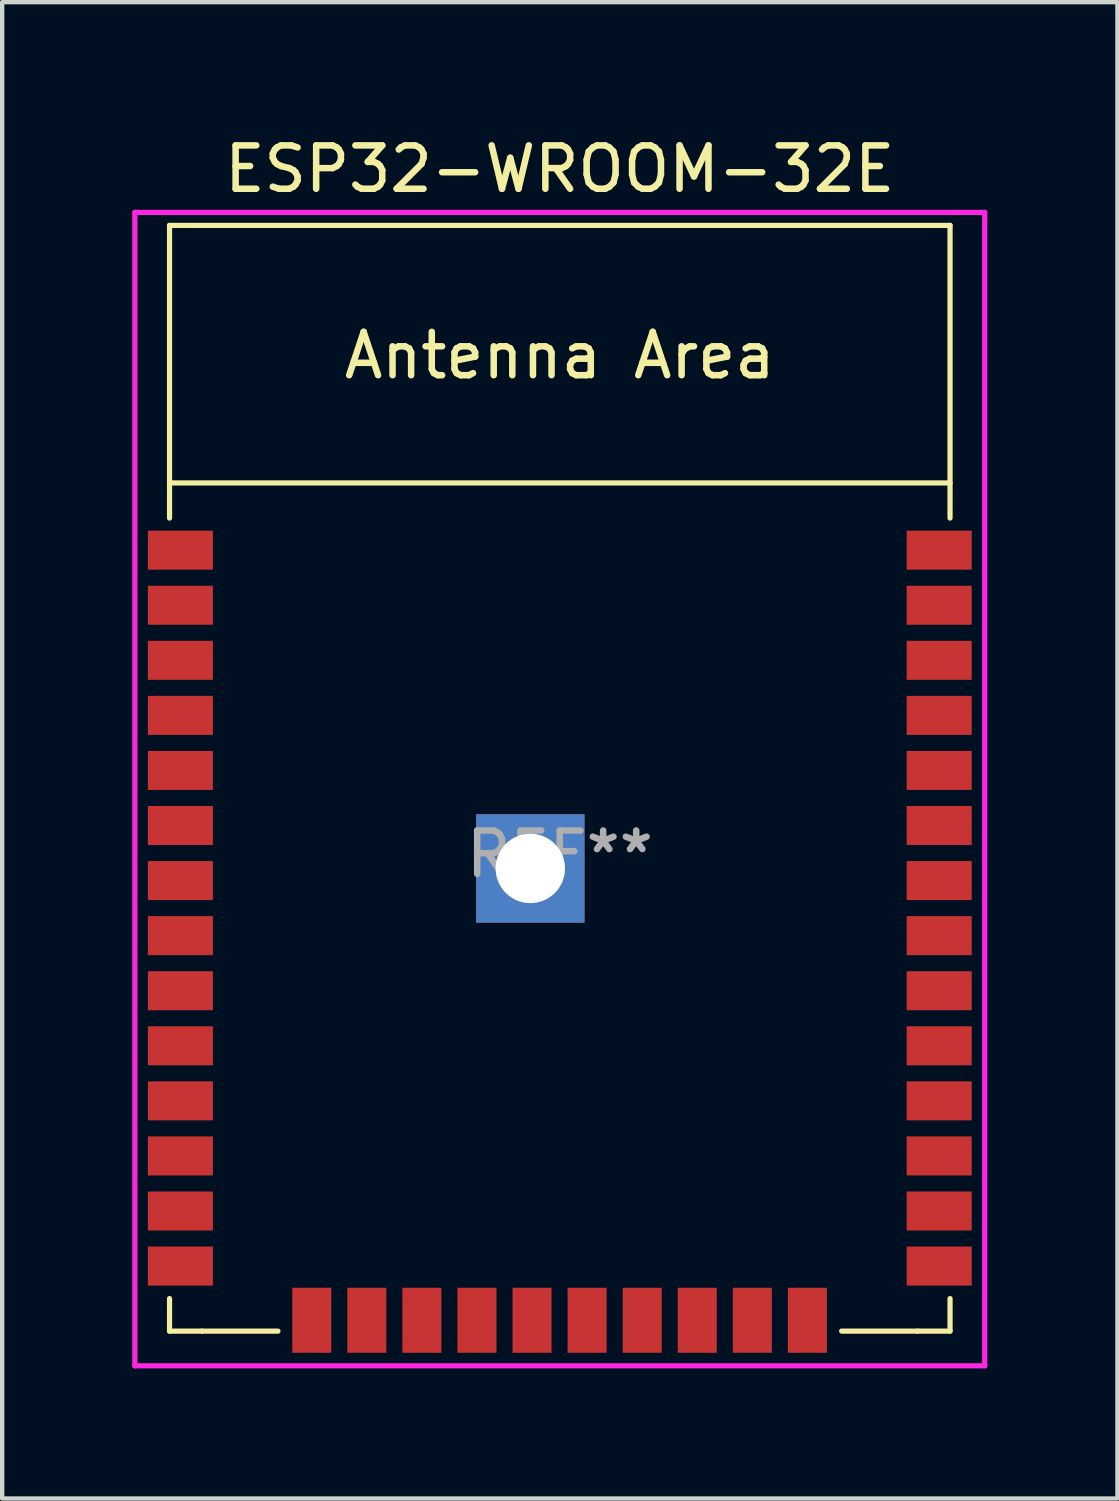
<source format=kicad_pcb>
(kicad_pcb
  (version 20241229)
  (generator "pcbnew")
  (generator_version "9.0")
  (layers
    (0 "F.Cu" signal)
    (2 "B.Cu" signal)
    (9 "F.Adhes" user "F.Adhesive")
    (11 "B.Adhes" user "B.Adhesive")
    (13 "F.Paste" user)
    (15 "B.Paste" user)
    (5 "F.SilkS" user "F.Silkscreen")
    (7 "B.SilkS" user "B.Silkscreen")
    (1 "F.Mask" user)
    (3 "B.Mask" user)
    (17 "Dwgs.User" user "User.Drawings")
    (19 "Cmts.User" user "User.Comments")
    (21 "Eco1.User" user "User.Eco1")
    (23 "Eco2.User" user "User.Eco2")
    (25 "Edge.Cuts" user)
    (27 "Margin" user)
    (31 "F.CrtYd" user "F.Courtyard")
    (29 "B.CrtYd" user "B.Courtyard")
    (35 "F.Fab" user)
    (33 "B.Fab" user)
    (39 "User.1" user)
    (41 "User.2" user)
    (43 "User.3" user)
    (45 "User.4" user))
  (footprint "ESP32-WROOM-32E"
    (layer "F.Cu")
    (at 9.86 16.648)
    (property "Reference" "ESP32-WROOM-32E" (at 0 -15.8 0) (layer "F.SilkS") (effects (font (size 1 1) (thickness 0.15))))
    (attr smd)
    (fp_line (start -9 -14.5) (end -9 -7.75) (stroke (width 0.12) (type solid)) (layer "F.SilkS"))
    (fp_line (start -9 -14.5) (end 9 -14.5) (stroke (width 0.12) (type solid)) (layer "F.SilkS"))
    (fp_line (start -9 10.25) (end -9 11) (stroke (width 0.12) (type solid)) (layer "F.SilkS"))
    (fp_line (start -9 11) (end -8.25 11) (stroke (width 0.12) (type solid)) (layer "F.SilkS"))
    (fp_line (start -8.25 11) (end -6.5 11) (stroke (width 0.12) (type solid)) (layer "F.SilkS"))
    (fp_line (start 8.25 11) (end 6.5 11) (stroke (width 0.12) (type solid)) (layer "F.SilkS"))
    (fp_line (start 9 -14.5) (end 9 -7.75) (stroke (width 0.12) (type solid)) (layer "F.SilkS"))
    (fp_line (start 9 -8.56) (end -9 -8.56) (stroke (width 0.12) (type solid)) (layer "F.SilkS"))
    (fp_line (start 9 10.25) (end 9 11) (stroke (width 0.12) (type solid)) (layer "F.SilkS"))
    (fp_line (start 9 11) (end 8.25 11) (stroke (width 0.12) (type solid)) (layer "F.SilkS"))
    (fp_line (start -9 -14.5) (end 9 -14.5) (stroke (width 0.12) (type solid)) (layer "Eco2.User"))
    (fp_line (start -9 -8.56) (end 9 -8.56) (stroke (width 0.12) (type solid)) (layer "Eco2.User"))
    (fp_line (start -9 11) (end -9 -14.5) (stroke (width 0.12) (type solid)) (layer "Eco2.User"))
    (fp_line (start 9 -14.5) (end 9 11) (stroke (width 0.12) (type solid)) (layer "Eco2.User"))
    (fp_line (start 9 11) (end -9 11) (stroke (width 0.12) (type solid)) (layer "Eco2.User"))
    (fp_line (start -9.8 -14.8) (end -9.8 11.8) (stroke (width 0.12) (type solid)) (layer "F.CrtYd"))
    (fp_line (start -9.8 11.8) (end 9.8 11.8) (stroke (width 0.12) (type solid)) (layer "F.CrtYd"))
    (fp_line (start 9.8 -14.8) (end -9.8 -14.8) (stroke (width 0.12) (type solid)) (layer "F.CrtYd"))
    (fp_line (start 9.8 -14.8) (end 9.8 11.8) (stroke (width 0.12) (type solid)) (layer "F.CrtYd"))
    (fp_text user "Antenna Area" (at 0 -11.5 0) (layer "F.SilkS") (effects (font (size 1 1) (thickness 0.15))))
    (fp_text user "Antenna Area" (at 0 -11.5 0) (layer "Eco2.User") (effects (font (size 1 1) (thickness 0.15))))
    (fp_text user "REF**" (at 0 0 0) (layer "F.Fab") (effects (font (size 1 1) (thickness 0.15))))
    (pad "1" smd rect (at -8.75 -7.01) (size 1.5 0.9) (layers "F.Cu" "F.Mask" "F.Paste"))
    (pad "2" smd rect (at -8.75 -5.74) (size 1.5 0.9) (layers "F.Cu" "F.Mask" "F.Paste"))
    (pad "3" smd rect (at -8.75 -4.47) (size 1.5 0.9) (layers "F.Cu" "F.Mask" "F.Paste"))
    (pad "4" smd rect (at -8.75 -3.2) (size 1.5 0.9) (layers "F.Cu" "F.Mask" "F.Paste"))
    (pad "5" smd rect (at -8.75 -1.93) (size 1.5 0.9) (layers "F.Cu" "F.Mask" "F.Paste"))
    (pad "6" smd rect (at -8.75 -0.66) (size 1.5 0.9) (layers "F.Cu" "F.Mask" "F.Paste"))
    (pad "7" smd rect (at -8.75 0.61) (size 1.5 0.9) (layers "F.Cu" "F.Mask" "F.Paste"))
    (pad "8" smd rect (at -8.75 1.88) (size 1.5 0.9) (layers "F.Cu" "F.Mask" "F.Paste"))
    (pad "9" smd rect (at -8.75 3.15) (size 1.5 0.9) (layers "F.Cu" "F.Mask" "F.Paste"))
    (pad "10" smd rect (at -8.75 4.42) (size 1.5 0.9) (layers "F.Cu" "F.Mask" "F.Paste"))
    (pad "11" smd rect (at -8.75 5.69) (size 1.5 0.9) (layers "F.Cu" "F.Mask" "F.Paste"))
    (pad "12" smd rect (at -8.75 6.96) (size 1.5 0.9) (layers "F.Cu" "F.Mask" "F.Paste"))
    (pad "13" smd rect (at -8.75 8.23) (size 1.5 0.9) (layers "F.Cu" "F.Mask" "F.Paste"))
    (pad "14" smd rect (at -8.75 9.5) (size 1.5 0.9) (layers "F.Cu" "F.Mask" "F.Paste"))
    (pad "15" smd rect (at -5.72 10.75 90) (size 1.5 0.9) (layers "F.Cu" "F.Mask" "F.Paste"))
    (pad "16" smd rect (at -4.45 10.75 90) (size 1.5 0.9) (layers "F.Cu" "F.Mask" "F.Paste"))
    (pad "17" smd rect (at -3.18 10.75 90) (size 1.5 0.9) (layers "F.Cu" "F.Mask" "F.Paste"))
    (pad "18" smd rect (at -1.91 10.75 90) (size 1.5 0.9) (layers "F.Cu" "F.Mask" "F.Paste"))
    (pad "19" smd rect (at -0.64 10.75 90) (size 1.5 0.9) (layers "F.Cu" "F.Mask" "F.Paste"))
    (pad "20" smd rect (at 0.63 10.75 90) (size 1.5 0.9) (layers "F.Cu" "F.Mask" "F.Paste"))
    (pad "21" smd rect (at 1.9 10.75 90) (size 1.5 0.9) (layers "F.Cu" "F.Mask" "F.Paste"))
    (pad "22" smd rect (at 3.17 10.75 90) (size 1.5 0.9) (layers "F.Cu" "F.Mask" "F.Paste"))
    (pad "23" smd rect (at 4.44 10.75 90) (size 1.5 0.9) (layers "F.Cu" "F.Mask" "F.Paste"))
    (pad "24" smd rect (at 5.71 10.75 90) (size 1.5 0.9) (layers "F.Cu" "F.Mask" "F.Paste"))
    (pad "25" smd rect (at 8.75 9.5 180) (size 1.5 0.9) (layers "F.Cu" "F.Mask" "F.Paste"))
    (pad "26" smd rect (at 8.75 8.23 180) (size 1.5 0.9) (layers "F.Cu" "F.Mask" "F.Paste"))
    (pad "27" smd rect (at 8.75 6.96 180) (size 1.5 0.9) (layers "F.Cu" "F.Mask" "F.Paste"))
    (pad "28" smd rect (at 8.75 5.69 180) (size 1.5 0.9) (layers "F.Cu" "F.Mask" "F.Paste"))
    (pad "29" smd rect (at 8.75 4.42 180) (size 1.5 0.9) (layers "F.Cu" "F.Mask" "F.Paste"))
    (pad "30" smd rect (at 8.75 3.15 180) (size 1.5 0.9) (layers "F.Cu" "F.Mask" "F.Paste"))
    (pad "31" smd rect (at 8.75 1.88 180) (size 1.5 0.9) (layers "F.Cu" "F.Mask" "F.Paste"))
    (pad "32" smd rect (at 8.75 0.61 180) (size 1.5 0.9) (layers "F.Cu" "F.Mask" "F.Paste"))
    (pad "33" smd rect (at 8.75 -0.66 180) (size 1.5 0.9) (layers "F.Cu" "F.Mask" "F.Paste"))
    (pad "34" smd rect (at 8.75 -1.93 180) (size 1.5 0.9) (layers "F.Cu" "F.Mask" "F.Paste"))
    (pad "35" smd rect (at 8.75 -3.2 180) (size 1.5 0.9) (layers "F.Cu" "F.Mask" "F.Paste"))
    (pad "36" smd rect (at 8.75 -4.47 180) (size 1.5 0.9) (layers "F.Cu" "F.Mask" "F.Paste"))
    (pad "37" smd rect (at 8.75 -5.74 180) (size 1.5 0.9) (layers "F.Cu" "F.Mask" "F.Paste"))
    (pad "38" smd rect (at 8.75 -7.01 180) (size 1.5 0.9) (layers "F.Cu" "F.Mask" "F.Paste"))
    (pad "39" thru_hole rect (at -0.68 0.33) (size 2.5 2.5) (drill 1.6) (layers "*.Cu" "*.Mask")))
  (gr_rect
    (start -3 -3)
    (end 22.72 31.508)
    (stroke (width 0.1) (type default))
    (fill no)
    (layer "Edge.Cuts")))
</source>
